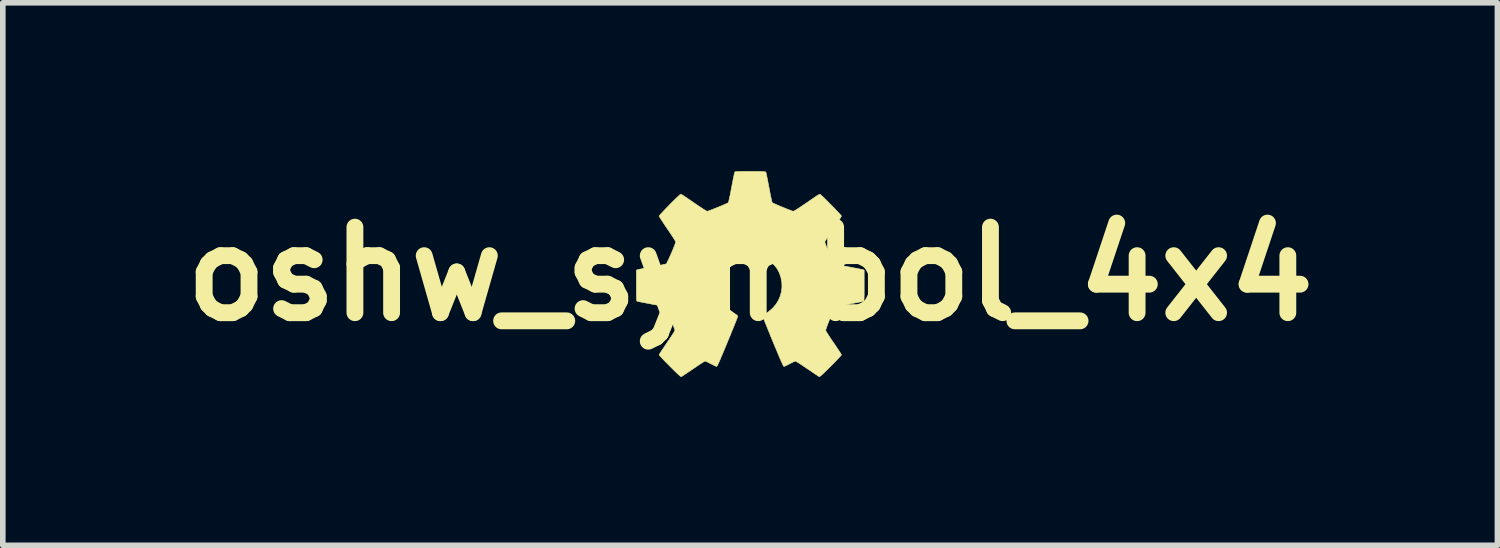
<source format=kicad_pcb>
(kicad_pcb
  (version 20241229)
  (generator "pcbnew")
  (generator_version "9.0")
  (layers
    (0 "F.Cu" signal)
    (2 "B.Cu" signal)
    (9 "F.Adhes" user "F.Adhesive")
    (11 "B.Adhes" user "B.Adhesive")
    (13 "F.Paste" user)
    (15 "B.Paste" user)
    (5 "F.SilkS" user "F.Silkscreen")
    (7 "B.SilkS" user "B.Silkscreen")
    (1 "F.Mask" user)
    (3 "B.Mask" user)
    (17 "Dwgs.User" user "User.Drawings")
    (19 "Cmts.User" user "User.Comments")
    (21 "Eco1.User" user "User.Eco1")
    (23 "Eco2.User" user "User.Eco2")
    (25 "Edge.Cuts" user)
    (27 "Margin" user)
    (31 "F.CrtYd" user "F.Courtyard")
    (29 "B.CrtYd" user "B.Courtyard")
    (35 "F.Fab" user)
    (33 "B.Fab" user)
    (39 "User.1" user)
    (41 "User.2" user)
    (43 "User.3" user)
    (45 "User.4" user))
  (footprint "oshw_symbol_4x4"
    (layer "F.Cu")
    (at 10.312 1.831)
    (property "Reference" "oshw_symbol_4x4" (at 0 0 0) (layer "F.SilkS") (effects (font (size 1.524 1.524) (thickness 0.3))))
    (attr through_hole)
    (fp_poly (pts (xy 0.072 -1.826) (xy 0.127 -1.826) (xy 0.172 -1.826) (xy 0.206 -1.825) (xy 0.233 -1.824) (xy 0.251 -1.823) (xy 0.264 -1.822) (xy 0.273 -1.82) (xy 0.277 -1.817) (xy 0.28 -1.814) (xy 0.281 -1.813) (xy 0.284 -1.803) (xy 0.289 -1.782) (xy 0.296 -1.75) (xy 0.304 -1.709) (xy 0.314 -1.661) (xy 0.324 -1.607) (xy 0.335 -1.55) (xy 0.337 -1.54) (xy 0.348 -1.482) (xy 0.358 -1.428) (xy 0.368 -1.379) (xy 0.377 -1.338) (xy 0.384 -1.305) (xy 0.39 -1.283) (xy 0.394 -1.272) (xy 0.394 -1.271) (xy 0.403 -1.266) (xy 0.423 -1.256) (xy 0.452 -1.244) (xy 0.487 -1.228) (xy 0.527 -1.211) (xy 0.569 -1.194) (xy 0.613 -1.176) (xy 0.654 -1.159) (xy 0.693 -1.144) (xy 0.725 -1.132) (xy 0.75 -1.123) (xy 0.766 -1.118) (xy 0.769 -1.118) (xy 0.779 -1.121) (xy 0.797 -1.13) (xy 0.825 -1.147) (xy 0.861 -1.17) (xy 0.908 -1.201) (xy 0.965 -1.24) (xy 0.999 -1.262) (xy 1.056 -1.302) (xy 1.103 -1.334) (xy 1.141 -1.36) (xy 1.171 -1.381) (xy 1.194 -1.396) (xy 1.212 -1.407) (xy 1.224 -1.414) (xy 1.232 -1.418) (xy 1.238 -1.419) (xy 1.243 -1.42) (xy 1.246 -1.419) (xy 1.248 -1.418) (xy 1.257 -1.412) (xy 1.274 -1.397) (xy 1.297 -1.376) (xy 1.326 -1.348) (xy 1.358 -1.316) (xy 1.394 -1.28) (xy 1.431 -1.243) (xy 1.468 -1.205) (xy 1.505 -1.168) (xy 1.538 -1.132) (xy 1.569 -1.1) (xy 1.594 -1.073) (xy 1.613 -1.052) (xy 1.624 -1.037) (xy 1.627 -1.032) (xy 1.623 -1.024) (xy 1.612 -1.005) (xy 1.596 -0.978) (xy 1.573 -0.943) (xy 1.547 -0.903) (xy 1.517 -0.858) (xy 1.484 -0.809) (xy 1.479 -0.803) (xy 1.435 -0.738) (xy 1.399 -0.683) (xy 1.37 -0.639) (xy 1.349 -0.605) (xy 1.336 -0.583) (xy 1.332 -0.571) (xy 1.332 -0.57) (xy 1.334 -0.558) (xy 1.342 -0.536) (xy 1.354 -0.505) (xy 1.368 -0.468) (xy 1.385 -0.427) (xy 1.404 -0.384) (xy 1.423 -0.34) (xy 1.441 -0.298) (xy 1.459 -0.26) (xy 1.475 -0.227) (xy 1.488 -0.201) (xy 1.497 -0.186) (xy 1.5 -0.181) (xy 1.51 -0.178) (xy 1.532 -0.172) (xy 1.564 -0.165) (xy 1.604 -0.157) (xy 1.652 -0.147) (xy 1.705 -0.137) (xy 1.758 -0.127) (xy 1.814 -0.116) (xy 1.867 -0.106) (xy 1.915 -0.097) (xy 1.955 -0.089) (xy 1.986 -0.083) (xy 2.008 -0.078) (xy 2.017 -0.075) (xy 2.032 -0.069) (xy 2.032 0.205) (xy 2.032 0.274) (xy 2.032 0.33) (xy 2.032 0.375) (xy 2.031 0.41) (xy 2.03 0.437) (xy 2.029 0.456) (xy 2.028 0.469) (xy 2.026 0.477) (xy 2.023 0.482) (xy 2.02 0.484) (xy 2.02 0.484) (xy 2.011 0.487) (xy 1.989 0.491) (xy 1.958 0.498) (xy 1.918 0.506) (xy 1.87 0.515) (xy 1.817 0.525) (xy 1.761 0.536) (xy 1.693 0.549) (xy 1.636 0.56) (xy 1.592 0.569) (xy 1.557 0.577) (xy 1.533 0.583) (xy 1.516 0.588) (xy 1.508 0.592) (xy 1.506 0.594) (xy 1.501 0.603) (xy 1.492 0.623) (xy 1.48 0.653) (xy 1.464 0.69) (xy 1.446 0.734) (xy 1.427 0.781) (xy 1.421 0.797) (xy 1.395 0.861) (xy 1.376 0.913) (xy 1.361 0.953) (xy 1.352 0.982) (xy 1.347 1.001) (xy 1.347 1.008) (xy 1.352 1.017) (xy 1.363 1.037) (xy 1.381 1.065) (xy 1.403 1.1) (xy 1.43 1.141) (xy 1.46 1.186) (xy 1.489 1.227) (xy 1.521 1.274) (xy 1.55 1.318) (xy 1.576 1.357) (xy 1.598 1.39) (xy 1.614 1.416) (xy 1.624 1.433) (xy 1.627 1.44) (xy 1.622 1.448) (xy 1.609 1.464) (xy 1.588 1.487) (xy 1.56 1.516) (xy 1.526 1.551) (xy 1.489 1.59) (xy 1.447 1.632) (xy 1.436 1.643) (xy 1.386 1.692) (xy 1.345 1.733) (xy 1.312 1.765) (xy 1.286 1.789) (xy 1.266 1.807) (xy 1.251 1.819) (xy 1.241 1.826) (xy 1.234 1.829) (xy 1.232 1.829) (xy 1.223 1.824) (xy 1.205 1.812) (xy 1.178 1.794) (xy 1.143 1.771) (xy 1.104 1.744) (xy 1.059 1.714) (xy 1.02 1.688) (xy 0.973 1.656) (xy 0.93 1.627) (xy 0.891 1.601) (xy 0.858 1.58) (xy 0.832 1.564) (xy 0.815 1.554) (xy 0.808 1.551) (xy 0.798 1.555) (xy 0.778 1.563) (xy 0.751 1.576) (xy 0.719 1.592) (xy 0.705 1.6) (xy 0.672 1.617) (xy 0.643 1.631) (xy 0.62 1.641) (xy 0.605 1.646) (xy 0.602 1.646) (xy 0.598 1.643) (xy 0.592 1.634) (xy 0.584 1.618) (xy 0.573 1.595) (xy 0.559 1.564) (xy 0.541 1.524) (xy 0.52 1.475) (xy 0.495 1.415) (xy 0.466 1.345) (xy 0.431 1.263) (xy 0.408 1.206) (xy 0.377 1.132) (xy 0.349 1.062) (xy 0.322 0.996) (xy 0.298 0.936) (xy 0.276 0.883) (xy 0.258 0.838) (xy 0.243 0.801) (xy 0.233 0.774) (xy 0.228 0.758) (xy 0.227 0.754) (xy 0.233 0.742) (xy 0.249 0.727) (xy 0.256 0.722) (xy 0.275 0.709) (xy 0.301 0.691) (xy 0.328 0.672) (xy 0.334 0.667) (xy 0.401 0.61) (xy 0.457 0.545) (xy 0.502 0.474) (xy 0.536 0.397) (xy 0.558 0.316) (xy 0.568 0.233) (xy 0.565 0.148) (xy 0.549 0.064) (xy 0.526 -0.008) (xy 0.504 -0.055) (xy 0.479 -0.098) (xy 0.447 -0.139) (xy 0.407 -0.183) (xy 0.398 -0.192) (xy 0.337 -0.246) (xy 0.274 -0.289) (xy 0.205 -0.321) (xy 0.154 -0.338) (xy 0.105 -0.348) (xy 0.048 -0.353) (xy -0.013 -0.355) (xy -0.072 -0.351) (xy -0.126 -0.343) (xy -0.148 -0.338) (xy -0.228 -0.307) (xy -0.303 -0.266) (xy -0.371 -0.214) (xy -0.43 -0.154) (xy -0.479 -0.085) (xy -0.518 -0.01) (xy -0.545 0.07) (xy -0.55 0.092) (xy -0.561 0.178) (xy -0.559 0.264) (xy -0.544 0.348) (xy -0.517 0.428) (xy -0.478 0.503) (xy -0.428 0.573) (xy -0.368 0.635) (xy -0.327 0.667) (xy -0.301 0.687) (xy -0.274 0.705) (xy -0.253 0.72) (xy -0.249 0.722) (xy -0.23 0.737) (xy -0.22 0.751) (xy -0.22 0.754) (xy -0.222 0.763) (xy -0.23 0.783) (xy -0.242 0.813) (xy -0.257 0.854) (xy -0.277 0.902) (xy -0.299 0.958) (xy -0.325 1.02) (xy -0.352 1.088) (xy -0.382 1.159) (xy -0.401 1.206) (xy -0.438 1.295) (xy -0.47 1.373) (xy -0.498 1.439) (xy -0.522 1.495) (xy -0.541 1.54) (xy -0.558 1.577) (xy -0.571 1.605) (xy -0.58 1.625) (xy -0.588 1.638) (xy -0.593 1.645) (xy -0.595 1.646) (xy -0.605 1.644) (xy -0.625 1.636) (xy -0.652 1.623) (xy -0.683 1.607) (xy -0.698 1.6) (xy -0.731 1.583) (xy -0.76 1.568) (xy -0.783 1.558) (xy -0.798 1.552) (xy -0.802 1.551) (xy -0.81 1.555) (xy -0.829 1.566) (xy -0.856 1.583) (xy -0.89 1.605) (xy -0.93 1.631) (xy -0.974 1.661) (xy -1.013 1.688) (xy -1.06 1.72) (xy -1.104 1.749) (xy -1.143 1.775) (xy -1.176 1.797) (xy -1.201 1.814) (xy -1.218 1.825) (xy -1.225 1.829) (xy -1.23 1.828) (xy -1.238 1.824) (xy -1.25 1.815) (xy -1.267 1.801) (xy -1.289 1.78) (xy -1.318 1.753) (xy -1.354 1.718) (xy -1.398 1.674) (xy -1.429 1.643) (xy -1.471 1.6) (xy -1.51 1.561) (xy -1.545 1.525) (xy -1.574 1.494) (xy -1.597 1.469) (xy -1.613 1.451) (xy -1.62 1.441) (xy -1.62 1.44) (xy -1.616 1.432) (xy -1.606 1.414) (xy -1.589 1.387) (xy -1.567 1.353) (xy -1.54 1.314) (xy -1.511 1.27) (xy -1.482 1.227) (xy -1.449 1.18) (xy -1.42 1.136) (xy -1.393 1.096) (xy -1.371 1.061) (xy -1.354 1.034) (xy -1.344 1.016) (xy -1.34 1.008) (xy -1.341 0.996) (xy -1.348 0.974) (xy -1.359 0.941) (xy -1.375 0.897) (xy -1.396 0.841) (xy -1.414 0.797) (xy -1.433 0.748) (xy -1.452 0.704) (xy -1.468 0.664) (xy -1.482 0.632) (xy -1.492 0.608) (xy -1.498 0.596) (xy -1.499 0.594) (xy -1.505 0.59) (xy -1.518 0.585) (xy -1.538 0.58) (xy -1.568 0.573) (xy -1.608 0.564) (xy -1.659 0.554) (xy -1.722 0.542) (xy -1.754 0.536) (xy -1.811 0.525) (xy -1.864 0.515) (xy -1.911 0.506) (xy -1.952 0.498) (xy -1.983 0.491) (xy -2.004 0.487) (xy -2.013 0.484) (xy -2.016 0.482) (xy -2.019 0.478) (xy -2.021 0.47) (xy -2.022 0.458) (xy -2.023 0.44) (xy -2.024 0.414) (xy -2.025 0.38) (xy -2.025 0.336) (xy -2.025 0.281) (xy -2.025 0.214) (xy -2.025 0.205) (xy -2.025 -0.069) (xy -2.01 -0.075) (xy -2 -0.078) (xy -1.977 -0.083) (xy -1.945 -0.09) (xy -1.904 -0.098) (xy -1.857 -0.107) (xy -1.803 -0.117) (xy -1.751 -0.127) (xy -1.694 -0.138) (xy -1.642 -0.148) (xy -1.594 -0.157) (xy -1.554 -0.166) (xy -1.523 -0.173) (xy -1.502 -0.178) (xy -1.493 -0.181) (xy -1.487 -0.19) (xy -1.477 -0.209) (xy -1.463 -0.238) (xy -1.446 -0.273) (xy -1.428 -0.313) (xy -1.409 -0.355) (xy -1.39 -0.399) (xy -1.372 -0.442) (xy -1.356 -0.482) (xy -1.342 -0.517) (xy -1.332 -0.545) (xy -1.326 -0.564) (xy -1.325 -0.57) (xy -1.329 -0.581) (xy -1.341 -0.604) (xy -1.361 -0.636) (xy -1.39 -0.68) (xy -1.426 -0.734) (xy -1.469 -0.798) (xy -1.473 -0.803) (xy -1.506 -0.852) (xy -1.536 -0.897) (xy -1.563 -0.938) (xy -1.586 -0.974) (xy -1.604 -1.002) (xy -1.615 -1.022) (xy -1.62 -1.032) (xy -1.62 -1.032) (xy -1.615 -1.04) (xy -1.602 -1.056) (xy -1.582 -1.079) (xy -1.555 -1.107) (xy -1.524 -1.14) (xy -1.49 -1.176) (xy -1.453 -1.214) (xy -1.416 -1.252) (xy -1.379 -1.289) (xy -1.344 -1.323) (xy -1.312 -1.355) (xy -1.284 -1.381) (xy -1.262 -1.401) (xy -1.247 -1.414) (xy -1.241 -1.418) (xy -1.237 -1.419) (xy -1.233 -1.42) (xy -1.228 -1.418) (xy -1.22 -1.415) (xy -1.209 -1.409) (xy -1.193 -1.399) (xy -1.172 -1.386) (xy -1.144 -1.367) (xy -1.109 -1.343) (xy -1.064 -1.312) (xy -1.01 -1.275) (xy -0.991 -1.262) (xy -0.928 -1.219) (xy -0.876 -1.185) (xy -0.835 -1.157) (xy -0.803 -1.137) (xy -0.78 -1.124) (xy -0.766 -1.118) (xy -0.762 -1.118) (xy -0.751 -1.12) (xy -0.73 -1.128) (xy -0.7 -1.139) (xy -0.664 -1.153) (xy -0.623 -1.169) (xy -0.581 -1.186) (xy -0.537 -1.204) (xy -0.496 -1.221) (xy -0.459 -1.237) (xy -0.427 -1.251) (xy -0.403 -1.262) (xy -0.389 -1.27) (xy -0.387 -1.271) (xy -0.384 -1.28) (xy -0.379 -1.3) (xy -0.372 -1.331) (xy -0.363 -1.371) (xy -0.353 -1.419) (xy -0.343 -1.472) (xy -0.332 -1.53) (xy -0.33 -1.54) (xy -0.319 -1.598) (xy -0.308 -1.653) (xy -0.299 -1.702) (xy -0.29 -1.744) (xy -0.283 -1.777) (xy -0.278 -1.8) (xy -0.275 -1.812) (xy -0.274 -1.813) (xy -0.272 -1.816) (xy -0.268 -1.819) (xy -0.262 -1.821) (xy -0.252 -1.823) (xy -0.236 -1.824) (xy -0.214 -1.825) (xy -0.183 -1.825) (xy -0.144 -1.826) (xy -0.094 -1.826) (xy -0.032 -1.826) (xy 0.003 -1.826) (xy 0.072 -1.826)) (stroke (width 0.01) (type solid)) (fill yes) (layer "F.SilkS")))
  (gr_rect
    (start -3 -3)
    (end 23.625 6.665)
    (stroke (width 0.1) (type default))
    (fill no)
    (layer "Edge.Cuts")))
</source>
